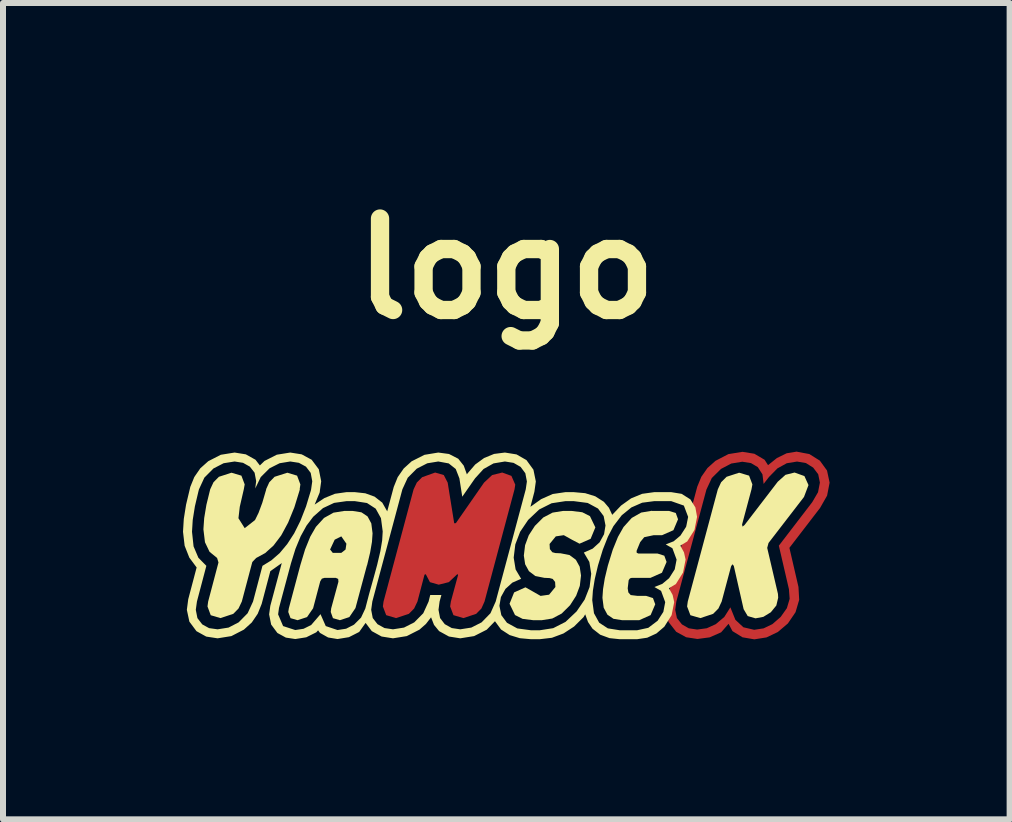
<source format=kicad_pcb>
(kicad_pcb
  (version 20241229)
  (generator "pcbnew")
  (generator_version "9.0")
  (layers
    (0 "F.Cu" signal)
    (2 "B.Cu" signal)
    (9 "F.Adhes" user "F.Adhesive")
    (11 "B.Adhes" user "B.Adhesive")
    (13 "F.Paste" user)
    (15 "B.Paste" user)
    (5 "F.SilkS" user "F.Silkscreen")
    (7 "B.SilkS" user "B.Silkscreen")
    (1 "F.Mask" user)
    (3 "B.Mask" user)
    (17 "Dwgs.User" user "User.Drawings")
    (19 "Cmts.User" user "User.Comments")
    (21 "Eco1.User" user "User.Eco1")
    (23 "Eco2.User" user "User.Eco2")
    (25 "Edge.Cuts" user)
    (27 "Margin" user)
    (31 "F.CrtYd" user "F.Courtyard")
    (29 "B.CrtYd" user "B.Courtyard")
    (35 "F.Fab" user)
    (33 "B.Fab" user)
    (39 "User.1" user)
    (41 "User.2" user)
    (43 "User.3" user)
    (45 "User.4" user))
  (footprint "logo"
    (layer "F.Cu")
    (at 5.388 6.04)
    (property "Reference" "logo" (at 0 -4.613 0) (layer "F.SilkS") (effects (font (size 1.524 1.524) (thickness 0.305))))
    (attr smd)
    (fp_poly (pts (xy -1.186 -1.215) (xy -1.042 -1.173) (xy -0.977 -1.047) (xy -0.869 -0.374) (xy -0.857 -0.367) (xy -0.839 -0.374) (xy -0.371 -1.047) (xy -0.236 -1.173) (xy -0.068 -1.215) (xy 0.085 -1.159) (xy 0.149 -1.013) (xy 0.137 -0.935) (xy -0.363 0.935) (xy -0.415 1.051) (xy -0.502 1.14) (xy -0.715 1.211) (xy -0.881 1.162) (xy -0.936 1.017) (xy -0.924 0.935) (xy -0.805 0.497) (xy -0.809 0.478) (xy -0.824 0.486) (xy -0.959 0.612) (xy -1.126 0.654) (xy -1.273 0.612) (xy -1.339 0.486) (xy -1.355 0.478) (xy -1.366 0.497) (xy -1.481 0.935) (xy -1.536 1.051) (xy -1.624 1.14) (xy -1.837 1.211) (xy -2.002 1.162) (xy -2.057 1.017) (xy -2.046 0.935) (xy -1.545 -0.935) (xy -1.491 -1.049) (xy -1.403 -1.137) (xy -1.186 -1.215) (xy -1.186 -1.215)) (stroke (width 0) (type solid)) (fill yes) (layer "F.Cu"))
    (fp_poly (pts (xy 4.849 -1.565) (xy 4.269 -1.184) (xy 4.288 -1.025) (xy 4.378 -1.141) (xy 4.518 -1.284) (xy 4.674 -1.37) (xy 4.845 -1.398) (xy 4.845 -1.398) (xy 4.993 -1.373) (xy 5.114 -1.297) (xy 5.198 -1.186) (xy 5.226 -1.047) (xy 5.195 -0.887) (xy 5.099 -0.722) (xy 4.542 0.004) (xy 4.71 0.729) (xy 4.722 0.89) (xy 4.676 1.045) (xy 4.572 1.192) (xy 4.435 1.311) (xy 4.288 1.382) (xy 4.131 1.406) (xy 3.951 1.364) (xy 3.818 1.24) (xy 3.734 1.032) (xy 3.633 1.192) (xy 3.491 1.312) (xy 3.341 1.38) (xy 3.181 1.402) (xy 3.041 1.381) (xy 2.927 1.316) (xy 2.843 1.21) (xy 2.815 1.073) (xy 2.833 0.938) (xy 3.335 -0.931) (xy 3.425 -1.124) (xy 3.578 -1.275) (xy 3.749 -1.365) (xy 3.933 -1.395) (xy 4.078 -1.372) (xy 4.191 -1.305) (xy 4.269 -1.184) (xy 4.849 -1.565) (xy 4.672 -1.536) (xy 4.509 -1.456) (xy 4.362 -1.338) (xy 4.304 -1.428) (xy 4.134 -1.528) (xy 3.936 -1.56) (xy 3.701 -1.522) (xy 3.486 -1.41) (xy 3.352 -1.29) (xy 3.25 -1.144) (xy 3.182 -0.978) (xy 2.681 0.893) (xy 2.656 1.07) (xy 2.703 1.275) (xy 2.831 1.439) (xy 2.997 1.53) (xy 3.185 1.559) (xy 3.389 1.532) (xy 3.58 1.448) (xy 3.704 1.306) (xy 3.769 1.428) (xy 3.936 1.531) (xy 4.133 1.565) (xy 4.336 1.533) (xy 4.525 1.443) (xy 4.693 1.3) (xy 4.82 1.113) (xy 4.881 0.906) (xy 4.869 0.692) (xy 4.718 0.04) (xy 5.229 -0.625) (xy 5.346 -0.83) (xy 5.388 -1.046) (xy 5.345 -1.248) (xy 5.224 -1.415) (xy 5.222 -1.415) (xy 5.05 -1.523) (xy 4.846 -1.561) (xy 4.849 -1.565)) (stroke (width 0) (type solid)) (fill yes) (layer "F.Cu"))
    (fp_poly (pts (xy -1.186 -1.215) (xy -1.042 -1.173) (xy -0.977 -1.047) (xy -0.869 -0.374) (xy -0.857 -0.367) (xy -0.839 -0.374) (xy -0.371 -1.047) (xy -0.236 -1.173) (xy -0.068 -1.215) (xy 0.085 -1.159) (xy 0.149 -1.013) (xy 0.137 -0.935) (xy -0.363 0.935) (xy -0.415 1.051) (xy -0.502 1.14) (xy -0.715 1.211) (xy -0.881 1.162) (xy -0.936 1.017) (xy -0.924 0.935) (xy -0.805 0.497) (xy -0.809 0.478) (xy -0.824 0.486) (xy -0.959 0.612) (xy -1.126 0.654) (xy -1.273 0.612) (xy -1.339 0.486) (xy -1.355 0.478) (xy -1.366 0.497) (xy -1.481 0.935) (xy -1.536 1.051) (xy -1.624 1.14) (xy -1.837 1.211) (xy -2.002 1.162) (xy -2.057 1.017) (xy -2.046 0.935) (xy -1.545 -0.935) (xy -1.491 -1.049) (xy -1.403 -1.137) (xy -1.186 -1.215) (xy -1.186 -1.215)) (stroke (width 0) (type solid)) (fill yes) (layer "F.Mask"))
    (fp_poly (pts (xy 4.849 -1.565) (xy 4.269 -1.184) (xy 4.288 -1.025) (xy 4.378 -1.141) (xy 4.518 -1.284) (xy 4.674 -1.37) (xy 4.845 -1.398) (xy 4.845 -1.398) (xy 4.993 -1.373) (xy 5.114 -1.297) (xy 5.198 -1.186) (xy 5.226 -1.047) (xy 5.195 -0.887) (xy 5.099 -0.722) (xy 4.542 0.004) (xy 4.71 0.729) (xy 4.722 0.89) (xy 4.676 1.045) (xy 4.572 1.192) (xy 4.435 1.311) (xy 4.288 1.382) (xy 4.131 1.406) (xy 3.951 1.364) (xy 3.818 1.24) (xy 3.734 1.032) (xy 3.633 1.192) (xy 3.491 1.312) (xy 3.341 1.38) (xy 3.181 1.402) (xy 3.041 1.381) (xy 2.927 1.316) (xy 2.843 1.21) (xy 2.815 1.073) (xy 2.833 0.938) (xy 3.335 -0.931) (xy 3.425 -1.124) (xy 3.578 -1.275) (xy 3.749 -1.365) (xy 3.933 -1.395) (xy 4.078 -1.372) (xy 4.191 -1.305) (xy 4.269 -1.184) (xy 4.849 -1.565) (xy 4.672 -1.536) (xy 4.509 -1.456) (xy 4.362 -1.338) (xy 4.304 -1.428) (xy 4.134 -1.528) (xy 3.936 -1.56) (xy 3.701 -1.522) (xy 3.486 -1.41) (xy 3.352 -1.29) (xy 3.25 -1.144) (xy 3.182 -0.978) (xy 2.681 0.893) (xy 2.656 1.07) (xy 2.703 1.275) (xy 2.831 1.439) (xy 2.997 1.53) (xy 3.185 1.559) (xy 3.389 1.532) (xy 3.58 1.448) (xy 3.704 1.306) (xy 3.769 1.428) (xy 3.936 1.531) (xy 4.133 1.565) (xy 4.336 1.533) (xy 4.525 1.443) (xy 4.693 1.3) (xy 4.82 1.113) (xy 4.881 0.906) (xy 4.869 0.692) (xy 4.718 0.04) (xy 5.229 -0.625) (xy 5.346 -0.83) (xy 5.388 -1.046) (xy 5.345 -1.248) (xy 5.224 -1.415) (xy 5.222 -1.415) (xy 5.05 -1.523) (xy 4.846 -1.561) (xy 4.849 -1.565)) (stroke (width 0) (type solid)) (fill yes) (layer "F.Mask"))
    (fp_poly (pts (xy 3.955 1.062) (xy 3.791 0.34) (xy 3.768 0.314) (xy 3.746 0.348) (xy 3.589 0.935) (xy 3.535 1.051) (xy 3.447 1.14) (xy 3.234 1.211) (xy 3.068 1.163) (xy 3.013 1.017) (xy 3.024 0.935) (xy 3.525 -0.935) (xy 3.58 -1.053) (xy 3.671 -1.144) (xy 3.88 -1.212) (xy 4.046 -1.163) (xy 4.101 -1.017) (xy 4.086 -0.935) (xy 3.929 -0.348) (xy 3.937 -0.314) (xy 3.97 -0.34) (xy 4.524 -1.062) (xy 4.653 -1.177) (xy 4.804 -1.215) (xy 4.968 -1.156) (xy 5.036 -1.006) (xy 4.961 -0.808) (xy 4.37 -0.041) (xy 4.348 0.041) (xy 4.527 0.807) (xy 4.531 0.871) (xy 4.5 1.001) (xy 4.408 1.114) (xy 4.284 1.19) (xy 4.153 1.215) (xy 4.023 1.177) (xy 3.955 1.062) (xy 3.955 1.062)) (stroke (width 0) (type solid)) (fill yes) (layer "F.SilkS"))
    (fp_poly (pts (xy -4.169 0.209) (xy -4.233 0.276) (xy -4.408 0.935) (xy -4.463 1.051) (xy -4.55 1.14) (xy -4.764 1.211) (xy -4.926 1.163) (xy -4.98 1.017) (xy -4.969 0.935) (xy -4.797 0.284) (xy -4.82 0.209) (xy -4.946 0.106) (xy -5.022 -0.053) (xy -5.048 -0.269) (xy -5.035 -0.456) (xy -4.998 -0.678) (xy -4.935 -0.935) (xy -4.88 -1.053) (xy -4.79 -1.144) (xy -4.58 -1.212) (xy -4.415 -1.163) (xy -4.36 -1.017) (xy -4.375 -0.935) (xy -4.442 -0.644) (xy -4.464 -0.453) (xy -4.36 -0.288) (xy -4.188 -0.423) (xy -4.129 -0.543) (xy -4.066 -0.713) (xy -4.001 -0.935) (xy -4.004 -0.935) (xy -3.95 -1.053) (xy -3.862 -1.144) (xy -3.649 -1.212) (xy -3.487 -1.163) (xy -3.432 -1.017) (xy -3.444 -0.935) (xy -3.44 -0.935) (xy -3.532 -0.636) (xy -3.636 -0.381) (xy -3.751 -0.168) (xy -3.879 0.001) (xy -4.018 0.127) (xy -4.169 0.209) (xy -4.169 0.209)) (stroke (width 0) (type solid)) (fill yes) (layer "F.SilkS"))
    (fp_poly (pts (xy 2.428 -0.575) (xy 2.711 -0.575) (xy 2.824 -0.541) (xy 2.862 -0.436) (xy 2.785 -0.254) (xy 2.596 -0.171) (xy 2.457 -0.171) (xy 2.298 -0.137) (xy 2.231 -0.055) (xy 2.173 0.086) (xy 2.171 0.092) (xy 2.173 0.122) (xy 2.201 0.135) (xy 2.52 0.135) (xy 2.633 0.171) (xy 2.671 0.275) (xy 2.594 0.455) (xy 2.403 0.54) (xy 2.092 0.54) (xy 2.061 0.549) (xy 2.043 0.573) (xy 2.039 0.58) (xy 2.023 0.715) (xy 2.034 0.783) (xy 2.073 0.827) (xy 2.189 0.841) (xy 2.331 0.841) (xy 2.444 0.877) (xy 2.482 0.981) (xy 2.405 1.161) (xy 2.215 1.246) (xy 1.931 1.246) (xy 1.786 1.223) (xy 1.685 1.154) (xy 1.623 1.038) (xy 1.602 0.873) (xy 1.612 0.728) (xy 1.641 0.549) (xy 1.692 0.337) (xy 1.774 0.071) (xy 1.861 -0.143) (xy 1.954 -0.307) (xy 2.09 -0.458) (xy 2.248 -0.548) (xy 2.428 -0.578) (xy 2.428 -0.575)) (stroke (width 0) (type solid)) (fill yes) (layer "F.SilkS"))
    (fp_poly (pts (xy -2.701 -0.575) (xy -2.75 -0.151) (xy -2.665 -0.029) (xy -2.679 0.068) (xy -2.75 0.124) (xy -2.892 0.124) (xy -2.937 0.068) (xy -2.86 -0.096) (xy -2.75 -0.151) (xy -2.701 -0.575) (xy -2.881 -0.546) (xy -3.038 -0.458) (xy -3.173 -0.31) (xy -3.267 -0.147) (xy -3.353 0.065) (xy -3.432 0.326) (xy -3.625 1.05) (xy -3.625 1.052) (xy -3.634 1.109) (xy -3.596 1.212) (xy -3.479 1.246) (xy -3.321 1.194) (xy -3.219 1.046) (xy -3.219 1.044) (xy -3.101 0.598) (xy -3.074 0.554) (xy -3.029 0.54) (xy -2.843 0.54) (xy -2.802 0.558) (xy -2.798 0.605) (xy -2.919 1.05) (xy -2.919 1.052) (xy -2.926 1.109) (xy -2.889 1.212) (xy -2.773 1.246) (xy -2.616 1.194) (xy -2.514 1.044) (xy -2.323 0.333) (xy -2.321 0.333) (xy -2.318 0.321) (xy -2.269 0.115) (xy -2.239 -0.059) (xy -2.229 -0.202) (xy -2.25 -0.367) (xy -2.312 -0.483) (xy -2.415 -0.552) (xy -2.561 -0.575) (xy -2.701 -0.575)) (stroke (width 0) (type solid)) (fill yes) (layer "F.SilkS"))
    (fp_poly (pts (xy 0.946 -0.575) (xy 1.088 -0.575) (xy 1.266 -0.553) (xy 1.394 -0.488) (xy 1.484 -0.301) (xy 1.405 -0.11) (xy 1.22 -0.029) (xy 1.096 -0.094) (xy 0.958 -0.171) (xy 0.825 -0.151) (xy 0.721 -0.024) (xy 0.726 0.061) (xy 0.766 0.113) (xy 0.818 0.127) (xy 0.905 0.131) (xy 1.053 0.16) (xy 1.159 0.239) (xy 1.223 0.355) (xy 1.245 0.501) (xy 1.225 0.674) (xy 1.164 0.838) (xy 1.063 0.996) (xy 0.923 1.135) (xy 0.766 1.218) (xy 0.591 1.246) (xy 0.449 1.246) (xy 0.272 1.224) (xy 0.145 1.16) (xy 0.054 0.972) (xy 0.13 0.783) (xy 0.319 0.698) (xy 0.438 0.765) (xy 0.571 0.841) (xy 0.713 0.821) (xy 0.818 0.693) (xy 0.813 0.609) (xy 0.773 0.558) (xy 0.721 0.544) (xy 0.634 0.54) (xy 0.484 0.51) (xy 0.377 0.429) (xy 0.314 0.314) (xy 0.292 0.169) (xy 0.313 -0.004) (xy 0.374 -0.169) (xy 0.476 -0.326) (xy 0.615 -0.465) (xy 0.771 -0.547) (xy 0.946 -0.575) (xy 0.946 -0.575)) (stroke (width 0) (type solid)) (fill yes) (layer "F.SilkS"))
    (fp_poly (pts (xy -4.528 -1.548) (xy -4.528 -1.399) (xy -4.388 -1.377) (xy -4.274 -1.313) (xy -4.195 -1.212) (xy -4.169 -1.073) (xy -4.184 -0.95) (xy -4.092 -1.14) (xy -3.945 -1.286) (xy -3.778 -1.37) (xy -3.601 -1.399) (xy -3.457 -1.377) (xy -3.339 -1.313) (xy -3.26 -1.209) (xy -3.234 -1.069) (xy -3.253 -0.935) (xy -3.257 -0.916) (xy -3.338 -0.649) (xy -3.431 -0.411) (xy -3.535 -0.202) (xy -3.651 -0.023) (xy -3.777 0.128) (xy -3.915 0.248) (xy -4.064 0.34) (xy -4.221 0.935) (xy -4.311 1.13) (xy -4.461 1.282) (xy -4.629 1.369) (xy -4.812 1.398) (xy -4.954 1.378) (xy -5.067 1.316) (xy -5.148 1.211) (xy -5.175 1.073) (xy -5.156 0.935) (xy -4.999 0.34) (xy -5.132 0.205) (xy -5.212 0.016) (xy -5.238 -0.228) (xy -5.226 -0.425) (xy -5.19 -0.651) (xy -5.13 -0.905) (xy -5.122 -0.935) (xy -5.032 -1.13) (xy -4.88 -1.283) (xy -4.711 -1.37) (xy -4.528 -1.399) (xy -4.528 -1.548) (xy -4.758 -1.511) (xy -4.967 -1.404) (xy -5.1 -1.285) (xy -5.2 -1.14) (xy -5.267 -0.975) (xy -5.274 -0.944) (xy -5.337 -0.68) (xy -5.375 -0.442) (xy -5.388 -0.228) (xy -5.361 0.005) (xy -5.283 0.203) (xy -5.161 0.367) (xy -5.301 0.897) (xy -5.324 1.073) (xy -5.282 1.27) (xy -5.163 1.43) (xy -5.162 1.43) (xy -5.001 1.519) (xy -4.812 1.548) (xy -4.582 1.511) (xy -4.373 1.403) (xy -4.242 1.284) (xy -4.143 1.139) (xy -4.077 0.974) (xy -3.933 0.429) (xy -3.514 0.057) (xy -3.427 -0.153) (xy -3.329 -0.331) (xy -3.219 -0.477) (xy -3.055 -0.622) (xy -2.87 -0.709) (xy -2.665 -0.738) (xy -2.523 -0.738) (xy -2.322 -0.707) (xy -2.177 -0.613) (xy -2.089 -0.454) (xy -2.06 -0.234) (xy -2.069 -0.083) (xy -2.099 0.096) (xy -2.148 0.304) (xy -2.148 0.306) (xy -2.192 0.469) (xy -2.224 0.585) (xy -2.288 0.814) (xy -2.35 1.052) (xy -2.421 1.203) (xy -2.538 1.32) (xy -2.67 1.388) (xy -2.813 1.41) (xy -3.009 1.344) (xy -3.095 1.149) (xy -3.095 1.144) (xy -3.252 1.326) (xy -3.379 1.389) (xy -3.517 1.41) (xy -3.72 1.344) (xy -3.803 1.149) (xy -3.789 1.046) (xy -3.789 1.044) (xy -3.589 0.299) (xy -3.514 0.057) (xy -3.933 0.429) (xy -3.742 0.294) (xy -3.933 1.006) (xy -3.938 1.041) (xy -3.953 1.149) (xy -3.919 1.319) (xy -3.815 1.459) (xy -3.674 1.536) (xy -3.517 1.56) (xy -3.334 1.531) (xy -3.167 1.448) (xy -3.137 1.415) (xy -3.105 1.458) (xy -2.97 1.534) (xy -2.226 1.21) (xy -2.252 1.073) (xy -2.233 0.935) (xy -1.732 -0.935) (xy -1.643 -1.128) (xy -1.493 -1.279) (xy -1.317 -1.369) (xy -1.134 -1.399) (xy -0.96 -1.367) (xy -0.843 -1.274) (xy -0.782 -1.118) (xy -0.734 -0.812) (xy -0.521 -1.118) (xy -0.379 -1.274) (xy -0.213 -1.367) (xy -0.023 -1.399) (xy 0.121 -1.376) (xy 0.238 -1.309) (xy 0.317 -1.203) (xy 0.343 -1.066) (xy 0.324 -0.935) (xy -0.177 0.935) (xy -0.264 1.13) (xy -0.412 1.282) (xy -0.583 1.369) (xy -0.768 1.398) (xy -0.909 1.377) (xy -1.026 1.312) (xy -1.104 1.21) (xy -1.13 1.073) (xy -1.112 0.935) (xy -1.082 0.826) (xy -1.268 0.826) (xy -1.295 0.935) (xy -1.384 1.13) (xy -1.534 1.282) (xy -1.705 1.369) (xy -1.889 1.398) (xy -2.03 1.377) (xy -2.147 1.312) (xy -2.226 1.21) (xy -2.97 1.534) (xy -2.813 1.56) (xy -2.623 1.529) (xy -2.452 1.442) (xy -2.345 1.291) (xy -2.242 1.428) (xy -2.078 1.518) (xy -1.889 1.548) (xy -1.659 1.511) (xy -1.448 1.404) (xy -1.34 1.309) (xy -1.254 1.198) (xy -1.205 1.324) (xy -1.12 1.428) (xy -0.956 1.518) (xy -0.768 1.548) (xy -0.083 1.162) (xy -0.115 1.006) (xy -0.09 0.86) (xy -0.014 0.724) (xy 0.101 0.62) (xy 0.247 0.556) (xy 0.155 0.4) (xy 0.123 0.203) (xy 0.15 -0.017) (xy 0.23 -0.227) (xy 0.364 -0.425) (xy 0.548 -0.599) (xy 0.755 -0.703) (xy 0.984 -0.738) (xy 1.126 -0.738) (xy 1.356 -0.708) (xy 1.528 -0.615) (xy 1.622 -0.49) (xy 1.653 -0.333) (xy 1.629 -0.187) (xy 1.555 -0.052) (xy 1.438 0.054) (xy 1.292 0.119) (xy 1.384 0.275) (xy 1.415 0.473) (xy 1.388 0.693) (xy 1.306 0.902) (xy 1.171 1.1) (xy 0.987 1.274) (xy 0.781 1.379) (xy 0.555 1.414) (xy 0.413 1.414) (xy 0.183 1.383) (xy 0.011 1.289) (xy -0.083 1.162) (xy -0.768 1.548) (xy -0.537 1.511) (xy -0.326 1.404) (xy -0.189 1.263) (xy -0.088 1.401) (xy 0.056 1.494) (xy 0.225 1.546) (xy 0.413 1.563) (xy 0.555 1.563) (xy 0.76 1.539) (xy 1.432 0.912) (xy 1.443 0.754) (xy 1.474 0.561) (xy 1.528 0.333) (xy 1.608 0.071) (xy 1.694 -0.147) (xy 1.785 -0.321) (xy 1.924 -0.503) (xy 2.084 -0.633) (xy 2.264 -0.712) (xy 2.464 -0.738) (xy 2.749 -0.738) (xy 2.959 -0.664) (xy 3.03 -0.476) (xy 2.998 -0.313) (xy 2.902 -0.164) (xy 2.789 -0.069) (xy 2.657 -0.017) (xy 2.768 0.047) (xy 2.838 0.236) (xy 2.807 0.398) (xy 2.713 0.546) (xy 2.599 0.641) (xy 2.468 0.693) (xy 2.579 0.757) (xy 2.648 0.945) (xy 2.617 1.107) (xy 2.522 1.255) (xy 2.366 1.373) (xy 2.178 1.414) (xy 1.893 1.414) (xy 1.692 1.382) (xy 1.548 1.288) (xy 1.461 1.13) (xy 1.432 0.912) (xy 0.76 1.539) (xy 0.953 1.467) (xy 1.129 1.352) (xy 1.286 1.196) (xy 1.315 1.148) (xy 1.362 1.277) (xy 1.437 1.388) (xy 1.565 1.488) (xy 1.72 1.545) (xy 1.893 1.563) (xy 2.178 1.563) (xy 2.348 1.538) (xy 2.502 1.467) (xy 2.633 1.355) (xy 2.755 1.162) (xy 2.798 0.945) (xy 2.772 0.825) (xy 2.71 0.713) (xy 2.824 0.645) (xy 2.825 0.645) (xy 2.945 0.452) (xy 2.988 0.236) (xy 2.961 0.115) (xy 2.9 0.003) (xy 3.013 -0.065) (xy 3.014 -0.065) (xy 3.136 -0.258) (xy 3.179 -0.476) (xy 3.151 -0.633) (xy 3.067 -0.768) (xy 2.921 -0.86) (xy 2.749 -0.888) (xy 2.464 -0.888) (xy 2.263 -0.86) (xy 2.079 -0.784) (xy 1.913 -0.665) (xy 1.765 -0.51) (xy 1.71 -0.628) (xy 1.626 -0.727) (xy 1.626 -0.727) (xy 1.482 -0.819) (xy 1.314 -0.871) (xy 1.126 -0.888) (xy 0.984 -0.888) (xy 0.773 -0.857) (xy 0.58 -0.771) (xy 0.402 -0.644) (xy 0.468 -0.895) (xy 0.492 -1.066) (xy 0.452 -1.262) (xy 0.336 -1.422) (xy 0.17 -1.517) (xy -0.023 -1.548) (xy -0.204 -1.525) (xy -0.37 -1.457) (xy -0.518 -1.349) (xy -0.644 -1.203) (xy -0.657 -1.184) (xy -0.709 -1.329) (xy -0.801 -1.445) (xy -0.955 -1.524) (xy -1.134 -1.548) (xy -1.364 -1.51) (xy -1.578 -1.402) (xy -1.71 -1.282) (xy -1.81 -1.138) (xy -1.876 -0.975) (xy -1.985 -0.568) (xy -2.067 -0.713) (xy -2.195 -0.813) (xy -2.35 -0.869) (xy -2.523 -0.888) (xy -2.665 -0.888) (xy -2.856 -0.861) (xy -3.032 -0.789) (xy -3.194 -0.681) (xy -3.112 -0.878) (xy -3.106 -0.905) (xy -3.109 -0.897) (xy -3.085 -1.069) (xy -3.125 -1.269) (xy -3.244 -1.428) (xy -3.41 -1.518) (xy -3.601 -1.548) (xy -3.825 -1.512) (xy -4.03 -1.408) (xy -4.107 -1.333) (xy -4.18 -1.428) (xy -4.341 -1.518) (xy -4.528 -1.548)) (stroke (width 0) (type solid)) (fill yes) (layer "F.SilkS")))
  (gr_rect
    (start -3 -3)
    (end 13.776 10.605)
    (stroke (width 0.1) (type default))
    (fill no)
    (layer "Edge.Cuts")))
</source>
